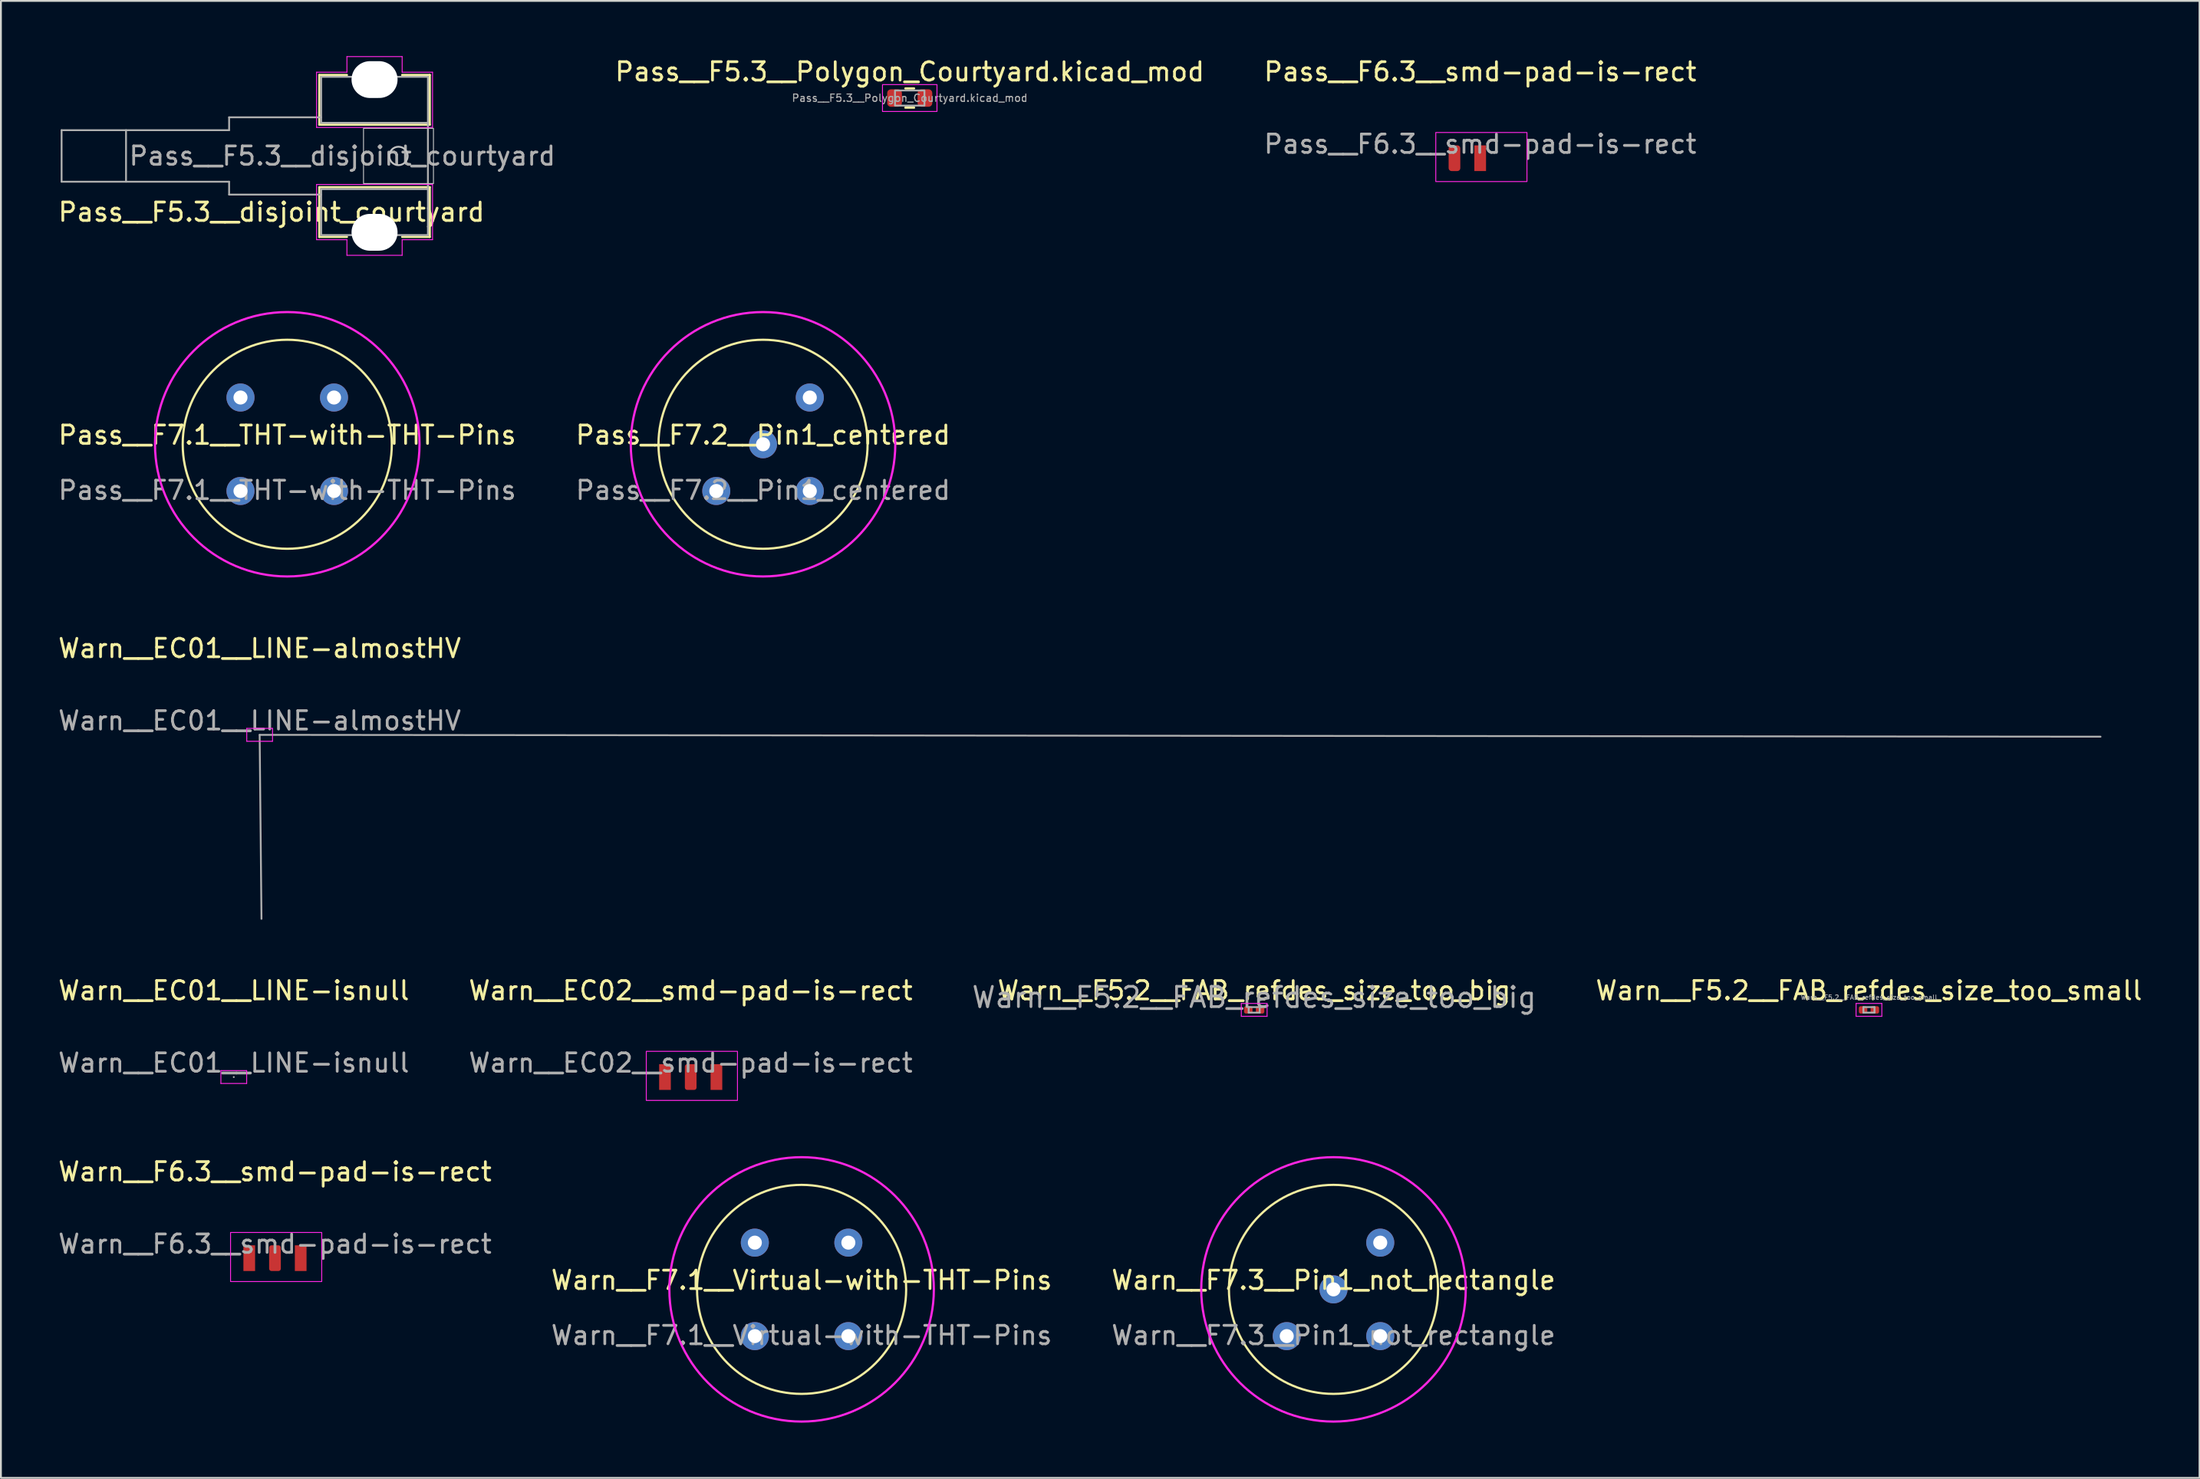
<source format=kicad_pcb>
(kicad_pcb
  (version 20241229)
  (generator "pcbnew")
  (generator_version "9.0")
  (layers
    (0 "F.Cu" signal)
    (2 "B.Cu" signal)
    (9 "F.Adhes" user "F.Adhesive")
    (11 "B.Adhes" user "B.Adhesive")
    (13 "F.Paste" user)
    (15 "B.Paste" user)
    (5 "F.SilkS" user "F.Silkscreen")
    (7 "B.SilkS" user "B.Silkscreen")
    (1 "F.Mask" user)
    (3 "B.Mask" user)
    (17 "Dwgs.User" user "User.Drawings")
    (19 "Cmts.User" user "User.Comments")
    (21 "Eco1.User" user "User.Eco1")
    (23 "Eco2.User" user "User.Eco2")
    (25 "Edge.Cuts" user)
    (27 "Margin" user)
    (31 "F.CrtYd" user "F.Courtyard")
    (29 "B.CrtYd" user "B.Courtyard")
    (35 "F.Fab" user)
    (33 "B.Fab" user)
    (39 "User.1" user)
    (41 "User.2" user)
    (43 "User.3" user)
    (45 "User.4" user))
  (footprint "Warn__F6.3__smd-pad-is-rect"
    (layer "F.Cu")
    (at 11.887 65.328)
    (property "Reference" "Warn__F6.3__smd-pad-is-rect" (at 0 -4.7 0) (layer "F.SilkS") (effects (font (size 1 1) (thickness 0.15))))
    (attr smd)
    (fp_rect (start -2.413 -1.397) (end 2.54 1.27) (stroke (width 0.05) (type solid)) (fill no) (layer "F.CrtYd"))
    (fp_text user "${REFERENCE}" (at 0 -0.77 0) (layer "F.Fab") (effects (font (size 1 1) (thickness 0.15))))
    (pad "1" smd rect (at -1.397 0) (size 0.635 1.397) (layers "F.Cu" "F.Mask" "F.Paste"))
    (pad "2" smd roundrect (at 0 0) (size 0.635 1.397) (layers "F.Cu" "F.Mask" "F.Paste") (roundrect_rratio 0.2))
    (pad "3" smd rect (at 1.397 0) (size 0.635 1.397) (layers "F.Cu" "F.Mask" "F.Paste")))
  (footprint "Pass__F5.3__disjoint_courtyard"
    (layer "F.Cu")
    (at 17.296 5.425)
    (property "Reference" "Pass__F5.3__disjoint_courtyard" (at -5.6 3.05 0) (layer "F.SilkS") (effects (font (size 1 1) (thickness 0.15))))
    (fp_line (start -3 -4.4) (end -1.5 -4.4) (stroke (width 0.12) (type solid)) (layer "F.SilkS"))
    (fp_line (start -3 -2.2) (end -3 -4.4) (stroke (width 0.12) (type solid)) (layer "F.SilkS"))
    (fp_line (start -3 -1.7) (end -3 -2.2) (stroke (width 0.12) (type solid)) (layer "F.SilkS"))
    (fp_line (start -3 1.7) (end 3 1.7) (stroke (width 0.12) (type solid)) (layer "F.SilkS"))
    (fp_line (start -3 2.2) (end -3 1.7) (stroke (width 0.12) (type solid)) (layer "F.SilkS"))
    (fp_line (start -3 4.4) (end -3 2.2) (stroke (width 0.12) (type solid)) (layer "F.SilkS"))
    (fp_line (start -3 4.4) (end -1.5 4.4) (stroke (width 0.12) (type solid)) (layer "F.SilkS"))
    (fp_line (start 3 -4.4) (end 1.5 -4.4) (stroke (width 0.12) (type solid)) (layer "F.SilkS"))
    (fp_line (start 3 -4.4) (end 3 -1.7) (stroke (width 0.12) (type solid)) (layer "F.SilkS"))
    (fp_line (start 3 -1.7) (end -3 -1.7) (stroke (width 0.12) (type solid)) (layer "F.SilkS"))
    (fp_line (start 3 1.7) (end 3 4.4) (stroke (width 0.12) (type solid)) (layer "F.SilkS"))
    (fp_line (start 3 4.4) (end 1.5 4.4) (stroke (width 0.12) (type solid)) (layer "F.SilkS"))
    (fp_rect (start -0.6 -1.5) (end 3.2 1.5) (stroke (width 0.05) (type solid)) (fill no) (layer "Dwgs.User"))
    (fp_circle (center 1.3 0) (end 1.8 0) (stroke (width 0.1) (type solid)) (fill no) (layer "Dwgs.User"))
    (fp_line (start -3.15 -4.55) (end -3.15 -2.35) (stroke (width 0.05) (type solid)) (layer "F.CrtYd"))
    (fp_line (start -3.15 -1.55) (end -3.15 -2.35) (stroke (width 0.05) (type solid)) (layer "F.CrtYd"))
    (fp_line (start -3.15 1.55) (end -3.15 2.35) (stroke (width 0.05) (type solid)) (layer "F.CrtYd"))
    (fp_line (start -3.15 2.35) (end -3.15 4.55) (stroke (width 0.05) (type solid)) (layer "F.CrtYd"))
    (fp_line (start -3.15 4.55) (end -1.5 4.55) (stroke (width 0.05) (type solid)) (layer "F.CrtYd"))
    (fp_line (start -1.5 -5.4) (end -1.5 -4.55) (stroke (width 0.05) (type solid)) (layer "F.CrtYd"))
    (fp_line (start -1.5 -4.55) (end -3.15 -4.55) (stroke (width 0.05) (type solid)) (layer "F.CrtYd"))
    (fp_line (start -1.5 4.55) (end -1.5 5.4) (stroke (width 0.05) (type solid)) (layer "F.CrtYd"))
    (fp_line (start -1.5 5.4) (end 1.5 5.4) (stroke (width 0.05) (type solid)) (layer "F.CrtYd"))
    (fp_line (start 1.5 -5.4) (end -1.5 -5.4) (stroke (width 0.05) (type solid)) (layer "F.CrtYd"))
    (fp_line (start 1.5 -4.55) (end 1.5 -5.4) (stroke (width 0.05) (type solid)) (layer "F.CrtYd"))
    (fp_line (start 1.5 4.55) (end 3.15 4.55) (stroke (width 0.05) (type solid)) (layer "F.CrtYd"))
    (fp_line (start 1.5 5.4) (end 1.5 4.55) (stroke (width 0.05) (type solid)) (layer "F.CrtYd"))
    (fp_line (start 3.15 -4.55) (end 1.5 -4.55) (stroke (width 0.05) (type solid)) (layer "F.CrtYd"))
    (fp_line (start 3.15 -1.55) (end -3.15 -1.55) (stroke (width 0.05) (type solid)) (layer "F.CrtYd"))
    (fp_line (start 3.15 -1.55) (end 3.15 -4.55) (stroke (width 0.05) (type solid)) (layer "F.CrtYd"))
    (fp_line (start 3.15 1.55) (end -3.15 1.55) (stroke (width 0.05) (type solid)) (layer "F.CrtYd"))
    (fp_line (start 3.15 4.55) (end 3.15 1.55) (stroke (width 0.05) (type solid)) (layer "F.CrtYd"))
    (fp_line (start -17 -1.4) (end -17 1.4) (stroke (width 0.1) (type solid)) (layer "F.Fab"))
    (fp_line (start -17 -1.4) (end -7.9 -1.4) (stroke (width 0.1) (type solid)) (layer "F.Fab"))
    (fp_line (start -17 1.4) (end -7.9 1.4) (stroke (width 0.1) (type solid)) (layer "F.Fab"))
    (fp_line (start -13.5 1.4) (end -13.5 -1.4) (stroke (width 0.1) (type solid)) (layer "F.Fab"))
    (fp_line (start -7.9 -2.1) (end -2.9 -2.1) (stroke (width 0.1) (type solid)) (layer "F.Fab"))
    (fp_line (start -7.9 -1.4) (end -7.9 -2.1) (stroke (width 0.1) (type solid)) (layer "F.Fab"))
    (fp_line (start -7.9 1.4) (end -7.9 2.1) (stroke (width 0.1) (type solid)) (layer "F.Fab"))
    (fp_line (start -7.9 2.1) (end -2.9 2.1) (stroke (width 0.1) (type solid)) (layer "F.Fab"))
    (fp_line (start 2.9 -1.8) (end 2.9 1.8) (stroke (width 0.1) (type solid)) (layer "F.Fab"))
    (fp_rect (start -2.9 -4.3) (end 2.9 -1.8) (stroke (width 0.1) (type solid)) (fill no) (layer "F.Fab"))
    (fp_rect (start -2.9 1.8) (end 2.9 4.3) (stroke (width 0.1) (type solid)) (fill no) (layer "F.Fab"))
    (fp_text user "${REFERENCE}" (at -1.75 0 0) (layer "F.Fab") (effects (font (size 1 1) (thickness 0.15))))
    (pad "" np_thru_hole oval (at 0 -4.15) (size 2.5 2) (drill oval 2.5 2) (layers "*.Cu" "*.Mask"))
    (pad "" np_thru_hole oval (at 0 4.15) (size 2.5 2) (drill oval 2.5 2) (layers "*.Cu" "*.Mask")))
  (footprint "Warn__EC02__smd-pad-is-rect"
    (layer "F.Cu")
    (at 34.47 55.485)
    (property "Reference" "Warn__EC02__smd-pad-is-rect" (at 0 -4.7 0) (layer "F.SilkS") (effects (font (size 1 1) (thickness 0.15))))
    (attr smd)
    (fp_rect (start -2.413 -1.397) (end 2.54 1.27) (stroke (width 0.05) (type solid)) (fill no) (layer "F.CrtYd"))
    (fp_text user "${REFERENCE}" (at 0 -0.77 0) (layer "F.Fab") (effects (font (size 1 1) (thickness 0.15))))
    (pad "1" smd rect (at -1.397 0) (size 0.635 1.397) (layers "F.Cu" "F.Mask" "F.Paste"))
    (pad "2" smd roundrect (at 0 0) (size 0.635 1.397) (layers "F.Cu" "F.Mask" "F.Paste") (roundrect_rratio 0.2))
    (pad "3" smd rect (at 1.397 0) (size 0.635 1.397) (layers "F.Cu" "F.Mask" "F.Paste")))
  (footprint "Warn__F7.3__Pin1_not_rectangle"
    (layer "F.Cu")
    (at 69.387 67.024)
    (property "Reference" "Warn__F7.3__Pin1_not_rectangle" (at 0 -0.5 0) (unlocked yes) (layer "F.SilkS") (effects (font (size 1 1) (thickness 0.15))))
    (attr through_hole)
    (fp_circle (center 0 0) (end 5.08 -2.54) (stroke (width 0.12) (type solid)) (fill no) (layer "F.SilkS"))
    (fp_circle (center 0 0) (end 5.08 -5.08) (stroke (width 0.12) (type solid)) (fill no) (layer "F.CrtYd"))
    (fp_text user "${REFERENCE}" (at 0 2.5 0) (unlocked yes) (layer "F.Fab") (effects (font (size 1 1) (thickness 0.15))))
    (pad "1" thru_hole circle (at 0 0) (size 1.524 1.524) (drill 0.762) (layers "*.Cu" "*.Mask"))
    (pad "2" thru_hole circle (at 2.54 -2.54) (size 1.524 1.524) (drill 0.762) (layers "*.Cu" "*.Mask"))
    (pad "3" thru_hole circle (at 2.54 2.54) (size 1.524 1.524) (drill 0.762) (layers "*.Cu" "*.Mask"))
    (pad "4" thru_hole circle (at -2.54 2.54) (size 1.524 1.524) (drill 0.762) (layers "*.Cu" "*.Mask")))
  (footprint "Warn__F7.1__Virtual-with-THT-Pins"
    (layer "F.Cu")
    (at 40.494 67.024)
    (property "Reference" "Warn__F7.1__Virtual-with-THT-Pins" (at 0 -0.5 0) (unlocked yes) (layer "F.SilkS") (effects (font (size 1 1) (thickness 0.15))))
    (fp_circle (center 0 0) (end 5.08 -2.54) (stroke (width 0.12) (type solid)) (fill no) (layer "F.SilkS"))
    (fp_circle (center 0 0) (end 5.08 -5.08) (stroke (width 0.12) (type solid)) (fill no) (layer "F.CrtYd"))
    (fp_text user "${REFERENCE}" (at 0 2.5 0) (unlocked yes) (layer "F.Fab") (effects (font (size 1 1) (thickness 0.15))))
    (pad "1" thru_hole circle (at -2.54 -2.54) (size 1.524 1.524) (drill 0.762) (layers "*.Cu" "*.Mask"))
    (pad "2" thru_hole circle (at 2.54 -2.54) (size 1.524 1.524) (drill 0.762) (layers "*.Cu" "*.Mask"))
    (pad "3" thru_hole circle (at 2.54 2.54) (size 1.524 1.524) (drill 0.762) (layers "*.Cu" "*.Mask"))
    (pad "4" thru_hole circle (at -2.54 2.54) (size 1.524 1.524) (drill 0.762) (layers "*.Cu" "*.Mask")))
  (footprint "Pass__F6.3__smd-pad-is-rect"
    (layer "F.Cu")
    (at 77.356 5.548)
    (property "Reference" "Pass__F6.3__smd-pad-is-rect" (at 0 -4.7 0) (layer "F.SilkS") (effects (font (size 1 1) (thickness 0.15))))
    (attr smd)
    (fp_rect (start -2.413 -1.397) (end 2.54 1.27) (stroke (width 0.05) (type solid)) (fill no) (layer "F.CrtYd"))
    (fp_text user "${REFERENCE}" (at 0 -0.77 0) (layer "F.Fab") (effects (font (size 1 1) (thickness 0.15))))
    (pad "1" smd roundrect (at -1.397 0) (size 0.635 1.397) (layers "F.Cu" "F.Mask" "F.Paste") (roundrect_rratio 0.25))
    (pad "2" smd rect (at 0 0) (size 0.635 1.397) (property pad_prop_heatsink) (layers "F.Cu" "F.Mask" "F.Paste")))
  (footprint "Pass__F7.1__THT-with-THT-Pins"
    (layer "F.Cu")
    (at 12.554 21.094)
    (property "Reference" "Pass__F7.1__THT-with-THT-Pins" (at 0 -0.5 0) (unlocked yes) (layer "F.SilkS") (effects (font (size 1 1) (thickness 0.15))))
    (attr through_hole)
    (fp_circle (center 0 0) (end 5.08 -2.54) (stroke (width 0.12) (type solid)) (fill no) (layer "F.SilkS"))
    (fp_circle (center 0 0) (end 5.08 -5.08) (stroke (width 0.12) (type solid)) (fill no) (layer "F.CrtYd"))
    (fp_text user "${REFERENCE}" (at 0 2.5 0) (unlocked yes) (layer "F.Fab") (effects (font (size 1 1) (thickness 0.15))))
    (pad "1" thru_hole circle (at -2.54 -2.54) (size 1.524 1.524) (drill 0.762) (layers "*.Cu" "*.Mask"))
    (pad "2" thru_hole circle (at 2.54 -2.54) (size 1.524 1.524) (drill 0.762) (layers "*.Cu" "*.Mask"))
    (pad "3" thru_hole circle (at 2.54 2.54) (size 1.524 1.524) (drill 0.762) (layers "*.Cu" "*.Mask"))
    (pad "4" thru_hole circle (at -2.54 2.54) (size 1.524 1.524) (drill 0.762) (layers "*.Cu" "*.Mask")))
  (footprint "Warn__EC01__LINE-almostHV"
    (layer "F.Cu")
    (at 11.054 36.887)
    (property "Reference" "Warn__EC01__LINE-almostHV" (at 0 -4.7 0) (layer "F.SilkS") (effects (font (size 1 1) (thickness 0.15))))
    (fp_line (start -0.7 -0.35) (end 0.7 -0.35) (stroke (width 0.05) (type solid)) (layer "F.CrtYd"))
    (fp_line (start -0.7 0.35) (end -0.7 -0.35) (stroke (width 0.05) (type solid)) (layer "F.CrtYd"))
    (fp_line (start 0.7 -0.35) (end 0.7 0.35) (stroke (width 0.05) (type solid)) (layer "F.CrtYd"))
    (fp_line (start 0.7 0.35) (end -0.7 0.35) (stroke (width 0.05) (type solid)) (layer "F.CrtYd"))
    (fp_line (start 0 0) (end 0.1 10) (stroke (width 0.1) (type solid)) (layer "F.Fab"))
    (fp_line (start 0 0) (end 100 0.1) (stroke (width 0.1) (type solid)) (layer "F.Fab"))
    (fp_text user "${REFERENCE}" (at 0 -0.77 0) (layer "F.Fab") (effects (font (size 1 1) (thickness 0.15)))))
  (footprint "Pass__F7.2__Pin1_centered"
    (layer "F.Cu")
    (at 38.399 21.094)
    (property "Reference" "Pass__F7.2__Pin1_centered" (at 0 -0.5 0) (unlocked yes) (layer "F.SilkS") (effects (font (size 1 1) (thickness 0.15))))
    (attr through_hole)
    (fp_circle (center 0 0) (end 5.08 -2.54) (stroke (width 0.12) (type solid)) (fill no) (layer "F.SilkS"))
    (fp_circle (center 0 0) (end 5.08 -5.08) (stroke (width 0.12) (type solid)) (fill no) (layer "F.CrtYd"))
    (fp_text user "${REFERENCE}" (at 0 2.5 0) (unlocked yes) (layer "F.Fab") (effects (font (size 1 1) (thickness 0.15))))
    (pad "1" thru_hole circle (at 0 0) (size 1.524 1.524) (drill 0.762) (layers "*.Cu" "*.Mask"))
    (pad "2" thru_hole circle (at 2.54 -2.54) (size 1.524 1.524) (drill 0.762) (layers "*.Cu" "*.Mask"))
    (pad "3" thru_hole circle (at 2.54 2.54) (size 1.524 1.524) (drill 0.762) (layers "*.Cu" "*.Mask"))
    (pad "4" thru_hole circle (at -2.54 2.54) (size 1.524 1.524) (drill 0.762) (layers "*.Cu" "*.Mask")))
  (footprint "Warn__EC01__LINE-isnull"
    (layer "F.Cu")
    (at 9.649 55.485)
    (property "Reference" "Warn__EC01__LINE-isnull" (at 0 -4.7 0) (layer "F.SilkS") (effects (font (size 1 1) (thickness 0.15))))
    (fp_line (start -0.7 -0.35) (end 0.7 -0.35) (stroke (width 0.05) (type solid)) (layer "F.CrtYd"))
    (fp_line (start -0.7 0.35) (end -0.7 -0.35) (stroke (width 0.05) (type solid)) (layer "F.CrtYd"))
    (fp_line (start 0.7 -0.35) (end 0.7 0.35) (stroke (width 0.05) (type solid)) (layer "F.CrtYd"))
    (fp_line (start 0.7 0.35) (end -0.7 0.35) (stroke (width 0.05) (type solid)) (layer "F.CrtYd"))
    (fp_line (start 0 0) (end 0 0) (stroke (width 0.1) (type solid)) (layer "F.Fab"))
    (fp_text user "${REFERENCE}" (at 0 -0.77 0) (layer "F.Fab") (effects (font (size 1 1) (thickness 0.15)))))
  (footprint "Pass__F5.3__Polygon_Courtyard.kicad_mod"
    (layer "F.Cu")
    (at 46.368 2.278)
    (property "Reference" "Pass__F5.3__Polygon_Courtyard.kicad_mod" (at 0 -1.43 0) (layer "F.SilkS") (effects (font (size 1 1) (thickness 0.15))))
    (attr smd)
    (fp_line (start -0.237 -0.522) (end 0.237 -0.522) (stroke (width 0.12) (type solid)) (layer "F.SilkS"))
    (fp_line (start -0.237 0.522) (end 0.237 0.522) (stroke (width 0.12) (type solid)) (layer "F.SilkS"))
    (fp_poly (pts (xy 1.48 0.73) (xy -1.48 0.73) (xy -1.48 -0.73) (xy 1.48 -0.73)) (stroke (width 0.05) (type solid)) (fill no) (layer "F.CrtYd"))
    (fp_rect (start -0.8 -0.412) (end 0.8 0.412) (stroke (width 0.1) (type solid)) (fill no) (layer "F.Fab"))
    (fp_text user "${REFERENCE}" (at 0 0 0) (layer "F.Fab") (effects (font (size 0.4 0.4) (thickness 0.06))))
    (pad "1" smd roundrect (at -0.825 0) (size 0.8 0.95) (layers "F.Cu" "F.Mask" "F.Paste") (roundrect_rratio 0.25))
    (pad "2" smd roundrect (at 0.825 0) (size 0.8 0.95) (layers "F.Cu" "F.Mask" "F.Paste") (roundrect_rratio 0.25)))
  (footprint "Warn__F5.2__FAB_refdes_size_too_small"
    (layer "F.Cu")
    (at 98.474 51.835)
    (property "Reference" "Warn__F5.2__FAB_refdes_size_too_small" (at 0 -1.05 0) (layer "F.SilkS") (effects (font (size 1 1) (thickness 0.15))))
    (attr smd)
    (fp_line (start -0.7 -0.35) (end 0.7 -0.35) (stroke (width 0.05) (type solid)) (layer "F.CrtYd"))
    (fp_line (start -0.7 0.35) (end -0.7 -0.35) (stroke (width 0.05) (type solid)) (layer "F.CrtYd"))
    (fp_line (start 0.7 -0.35) (end 0.7 0.35) (stroke (width 0.05) (type solid)) (layer "F.CrtYd"))
    (fp_line (start 0.7 0.35) (end -0.7 0.35) (stroke (width 0.05) (type solid)) (layer "F.CrtYd"))
    (fp_line (start -0.3 -0.15) (end 0.3 -0.15) (stroke (width 0.1) (type solid)) (layer "F.Fab"))
    (fp_line (start -0.3 0.15) (end -0.3 -0.15) (stroke (width 0.1) (type solid)) (layer "F.Fab"))
    (fp_line (start 0.3 -0.15) (end 0.3 0.15) (stroke (width 0.1) (type solid)) (layer "F.Fab"))
    (fp_line (start 0.3 0.15) (end -0.3 0.15) (stroke (width 0.1) (type solid)) (layer "F.Fab"))
    (fp_text user "${REFERENCE}" (at 0 -0.68 0) (layer "F.Fab") (effects (font (size 0.25 0.25) (thickness 0.04))))
    (pad "" smd roundrect (at -0.345 0) (size 0.318 0.36) (layers "F.Paste") (roundrect_rratio 0.25))
    (pad "" smd roundrect (at 0.345 0) (size 0.318 0.36) (layers "F.Paste") (roundrect_rratio 0.25))
    (pad "1" smd roundrect (at -0.32 0) (size 0.46 0.4) (layers "F.Cu" "F.Mask") (roundrect_rratio 0.25))
    (pad "2" smd roundrect (at 0.32 0) (size 0.46 0.4) (layers "F.Cu" "F.Mask") (roundrect_rratio 0.25)))
  (footprint "Warn__F5.2__FAB_refdes_size_too_big"
    (layer "F.Cu")
    (at 65.079 51.835)
    (property "Reference" "Warn__F5.2__FAB_refdes_size_too_big" (at 0 -1.05 0) (layer "F.SilkS") (effects (font (size 1 1) (thickness 0.15))))
    (attr smd)
    (fp_line (start -0.7 -0.35) (end 0.7 -0.35) (stroke (width 0.05) (type solid)) (layer "F.CrtYd"))
    (fp_line (start -0.7 0.35) (end -0.7 -0.35) (stroke (width 0.05) (type solid)) (layer "F.CrtYd"))
    (fp_line (start 0.7 -0.35) (end 0.7 0.35) (stroke (width 0.05) (type solid)) (layer "F.CrtYd"))
    (fp_line (start 0.7 0.35) (end -0.7 0.35) (stroke (width 0.05) (type solid)) (layer "F.CrtYd"))
    (fp_line (start -0.3 -0.15) (end 0.3 -0.15) (stroke (width 0.1) (type solid)) (layer "F.Fab"))
    (fp_line (start -0.3 0.15) (end -0.3 -0.15) (stroke (width 0.1) (type solid)) (layer "F.Fab"))
    (fp_line (start 0.3 -0.15) (end 0.3 0.15) (stroke (width 0.1) (type solid)) (layer "F.Fab"))
    (fp_line (start 0.3 0.15) (end -0.3 0.15) (stroke (width 0.1) (type solid)) (layer "F.Fab"))
    (fp_text user "${REFERENCE}" (at 0 -0.68 0) (layer "F.Fab") (effects (font (size 1.1 1.1) (thickness 0.15))))
    (pad "" smd roundrect (at -0.345 0) (size 0.318 0.36) (layers "F.Paste") (roundrect_rratio 0.25))
    (pad "" smd roundrect (at 0.345 0) (size 0.318 0.36) (layers "F.Paste") (roundrect_rratio 0.25))
    (pad "1" smd roundrect (at -0.32 0) (size 0.46 0.4) (layers "F.Cu" "F.Mask") (roundrect_rratio 0.25))
    (pad "2" smd roundrect (at 0.32 0) (size 0.46 0.4) (layers "F.Cu" "F.Mask") (roundrect_rratio 0.25)))
  (gr_rect
    (start -3 -3)
    (end 116.432 77.268)
    (stroke (width 0.1) (type default))
    (fill no)
    (layer "Edge.Cuts")))
</source>
